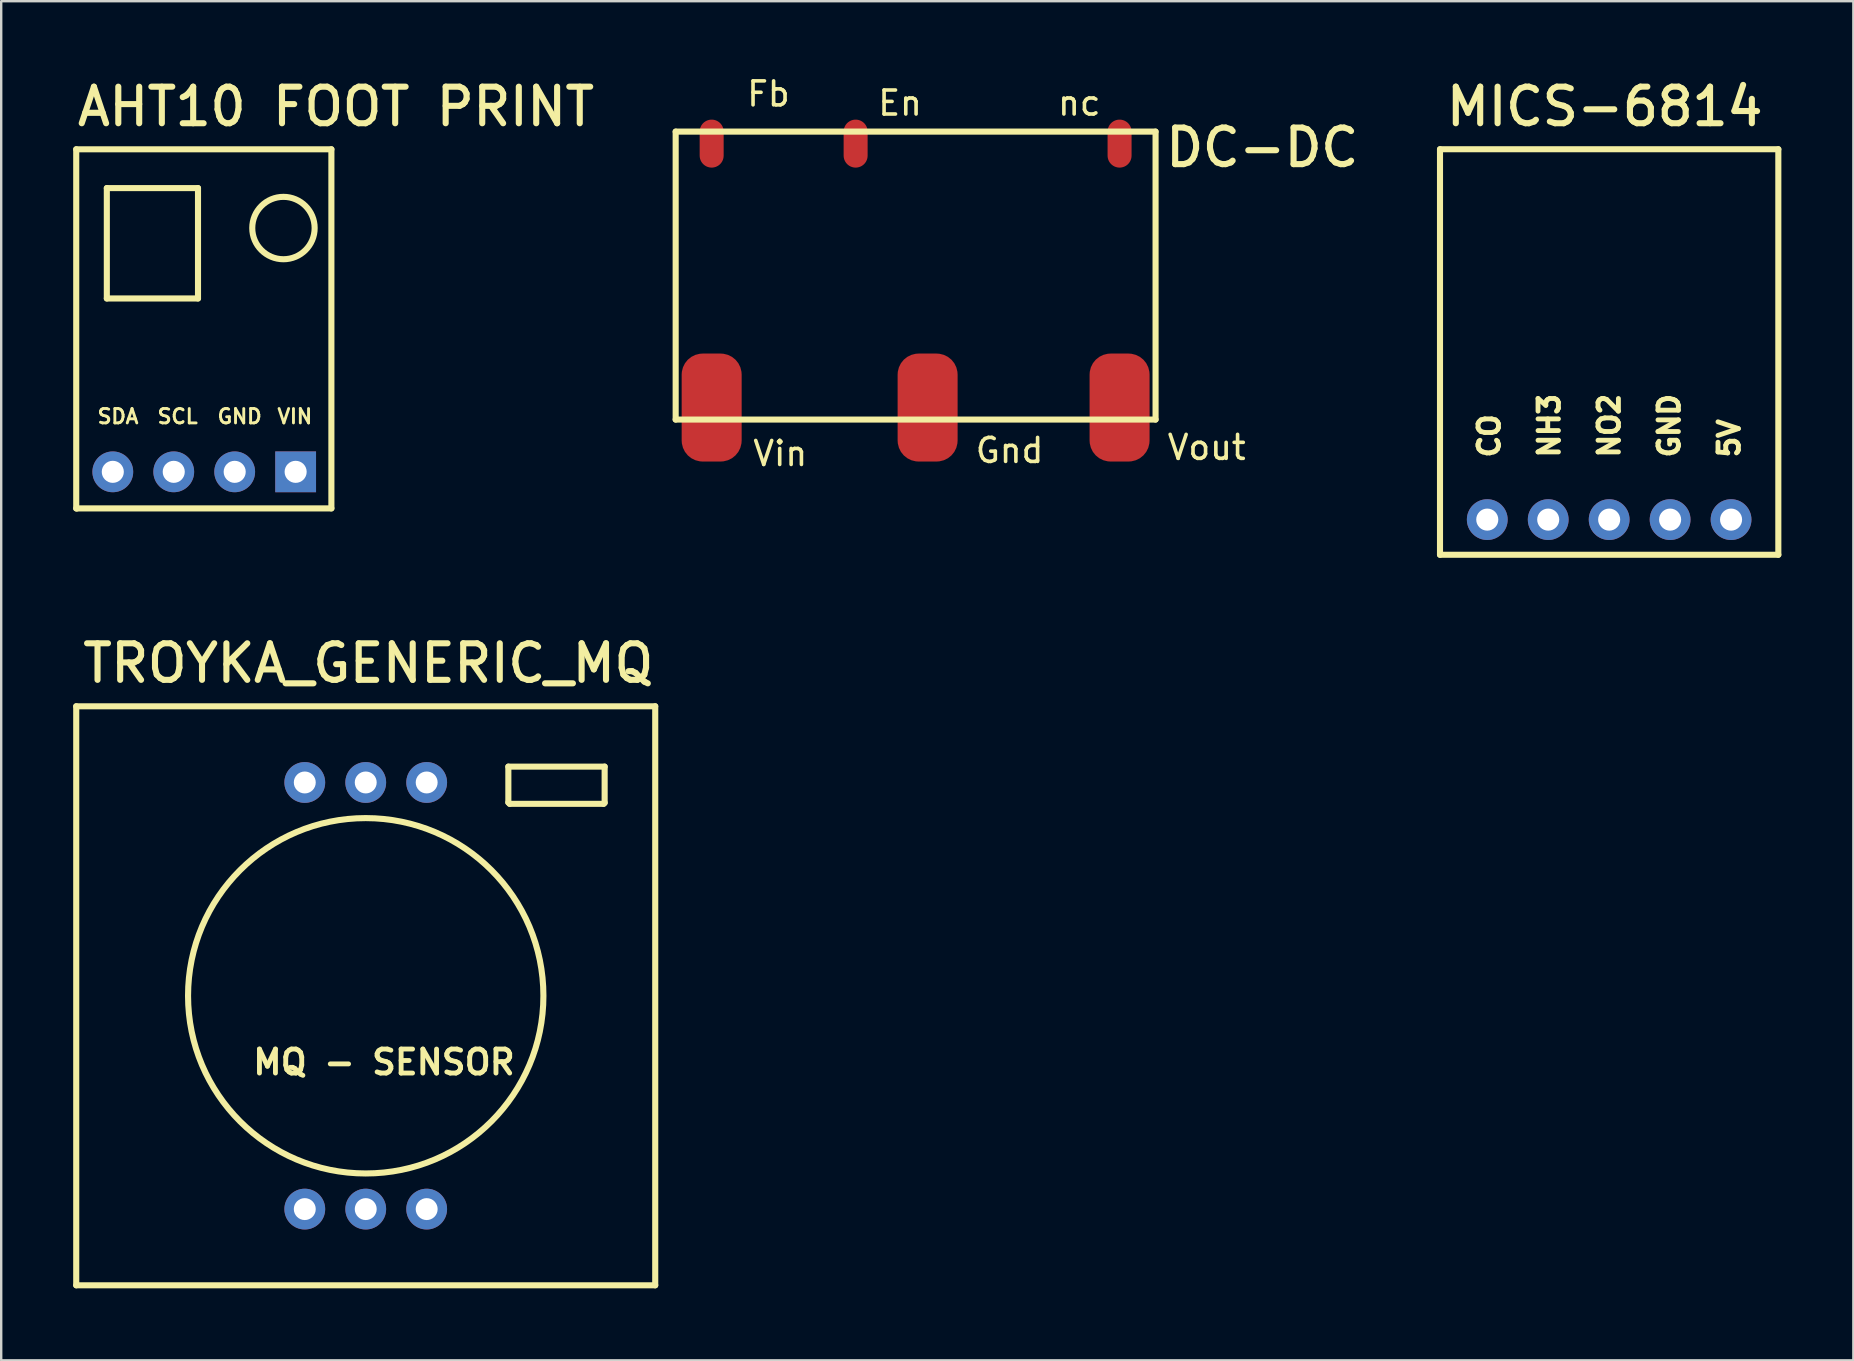
<source format=kicad_pcb>
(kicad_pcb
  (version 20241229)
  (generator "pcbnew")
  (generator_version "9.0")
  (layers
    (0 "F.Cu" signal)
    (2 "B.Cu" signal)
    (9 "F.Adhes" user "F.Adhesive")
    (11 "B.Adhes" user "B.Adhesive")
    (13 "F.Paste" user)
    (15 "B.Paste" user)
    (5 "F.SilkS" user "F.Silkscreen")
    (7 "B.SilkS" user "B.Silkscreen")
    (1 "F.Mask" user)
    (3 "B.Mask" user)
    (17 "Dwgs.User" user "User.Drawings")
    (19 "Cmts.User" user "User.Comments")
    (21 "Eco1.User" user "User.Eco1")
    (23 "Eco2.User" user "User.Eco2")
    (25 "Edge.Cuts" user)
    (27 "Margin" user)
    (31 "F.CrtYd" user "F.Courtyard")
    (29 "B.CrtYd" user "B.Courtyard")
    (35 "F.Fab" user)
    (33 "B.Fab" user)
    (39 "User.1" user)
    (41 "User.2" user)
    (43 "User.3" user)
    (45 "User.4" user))
  (footprint "AHT10 FOOT PRINT"
    (layer "F.Cu")
    (at 5.444 10.655)
    (property "Reference" "AHT10 FOOT PRINT" (at -5.4 -8.369 0) (unlocked yes) (layer "F.SilkS") (effects (font (size 1.524 1.524) (thickness 0.254)) (justify left bottom)))
    (fp_line (start -5.317 -7.483) (end 5.317 -7.483) (stroke (width 0.254) (type solid)) (layer "F.SilkS"))
    (fp_line (start -5.317 7.483) (end -5.317 -7.483) (stroke (width 0.254) (type solid)) (layer "F.SilkS"))
    (fp_line (start -5.317 7.483) (end -5.283 7.483) (stroke (width 0.254) (type solid)) (layer "F.SilkS"))
    (fp_line (start -5.283 7.483) (end 5.317 7.483) (stroke (width 0.254) (type solid)) (layer "F.SilkS"))
    (fp_line (start -4.042 -5.866) (end -0.242 -5.866) (stroke (width 0.254) (type solid)) (layer "F.SilkS"))
    (fp_line (start -4.042 -1.266) (end -4.042 -5.866) (stroke (width 0.254) (type solid)) (layer "F.SilkS"))
    (fp_line (start -4.042 -1.266) (end -0.242 -1.266) (stroke (width 0.254) (type solid)) (layer "F.SilkS"))
    (fp_line (start -0.242 -1.266) (end -0.242 -5.866) (stroke (width 0.254) (type solid)) (layer "F.SilkS"))
    (fp_line (start 5.317 7.483) (end 5.317 -7.483) (stroke (width 0.254) (type solid)) (layer "F.SilkS"))
    (fp_circle (center 3.319 -4.201) (end 3.319 -5.501) (stroke (width 0.254) (type solid)) (fill no) (layer "F.SilkS"))
    (fp_text user "VIN" (at 3 4 0) (unlocked yes) (layer "F.SilkS") (effects (font (size 0.6 0.6) (thickness 0.12)) (justify left bottom)))
    (fp_text user "GND" (at 0.5 4 0) (unlocked yes) (layer "F.SilkS") (effects (font (size 0.6 0.6) (thickness 0.12)) (justify left bottom)))
    (fp_text user "SDA" (at -4.5 4 0) (unlocked yes) (layer "F.SilkS") (effects (font (size 0.6 0.6) (thickness 0.12)) (justify left bottom)))
    (fp_text user "SCL" (at -2 4 0) (unlocked yes) (layer "F.SilkS") (effects (font (size 0.6 0.6) (thickness 0.12)) (justify left bottom)))
    (pad "1" thru_hole circle (at -3.793 5.959) (size 1.7 1.7) (drill 0.92) (layers "*.Cu" "*.Mask"))
    (pad "2" thru_hole circle (at -1.253 5.959) (size 1.7 1.7) (drill 0.92) (layers "*.Cu" "*.Mask"))
    (pad "3" thru_hole circle (at 1.287 5.959) (size 1.7 1.7) (drill 0.92) (layers "*.Cu" "*.Mask"))
    (pad "4" thru_hole rect (at 3.827 5.959) (size 1.7 1.7) (drill 0.92) (layers "*.Cu" "*.Mask")))
  (footprint "TROYKA_GENERIC_MQ"
    (layer "F.Cu")
    (at 12.192 38.45)
    (property "Reference" "TROYKA_GENERIC_MQ" (at -11.925 -12.967 0) (unlocked yes) (layer "F.SilkS") (effects (font (size 1.524 1.524) (thickness 0.254)) (justify left bottom)))
    (fp_line (start -12.065 -12.065) (end 12.065 -12.065) (stroke (width 0.254) (type solid)) (layer "F.SilkS"))
    (fp_line (start -12.065 12.065) (end -12.065 -12.065) (stroke (width 0.254) (type solid)) (layer "F.SilkS"))
    (fp_line (start -12.065 12.065) (end 12.065 12.065) (stroke (width 0.254) (type solid)) (layer "F.SilkS"))
    (fp_line (start 5.944 -9.55) (end 9.957 -9.55) (stroke (width 0.254) (type solid)) (layer "F.SilkS"))
    (fp_line (start 5.944 -8.056) (end 5.944 -9.55) (stroke (width 0.254) (type solid)) (layer "F.SilkS"))
    (fp_line (start 5.944 -8.056) (end 6 -8) (stroke (width 0.254) (type solid)) (layer "F.SilkS"))
    (fp_line (start 6 -8) (end 9.914 -8) (stroke (width 0.254) (type solid)) (layer "F.SilkS"))
    (fp_line (start 9.914 -8) (end 9.957 -8.043) (stroke (width 0.254) (type solid)) (layer "F.SilkS"))
    (fp_line (start 9.957 -8.043) (end 9.957 -9.55) (stroke (width 0.254) (type solid)) (layer "F.SilkS"))
    (fp_line (start 12.065 12.065) (end 12.065 -12.065) (stroke (width 0.254) (type solid)) (layer "F.SilkS"))
    (fp_circle (center 0 0) (end 0 -7.405) (stroke (width 0.254) (type solid)) (fill no) (layer "F.SilkS"))
    (fp_text user "MQ - SENSOR" (at -4.801 3.353 0) (unlocked yes) (layer "F.SilkS") (effects (font (size 1 1) (thickness 0.203)) (justify left bottom)))
    (pad "1" thru_hole circle (at -2.54 8.89) (size 1.7 1.7) (drill 0.914) (layers "*.Cu" "*.Mask"))
    (pad "2" thru_hole circle (at 0 8.89) (size 1.7 1.7) (drill 0.914) (layers "*.Cu" "*.Mask"))
    (pad "3" thru_hole circle (at 2.54 8.89) (size 1.7 1.7) (drill 0.914) (layers "*.Cu" "*.Mask"))
    (pad "4" thru_hole circle (at -2.54 -8.89) (size 1.7 1.7) (drill 0.914) (layers "*.Cu" "*.Mask"))
    (pad "5" thru_hole circle (at 0 -8.89) (size 1.7 1.7) (drill 0.914) (layers "*.Cu" "*.Mask"))
    (pad "6" thru_hole circle (at 2.54 -8.89) (size 1.7 1.7) (drill 0.914) (layers "*.Cu" "*.Mask")))
  (footprint "DC-DC"
    (layer "F.Cu")
    (at 35.109 8.435)
    (property "Reference" "DC-DC" (at 10.287 -4.445 0) (unlocked yes) (layer "F.SilkS") (effects (font (size 1.524 1.524) (thickness 0.254)) (justify left bottom)))
    (fp_line (start -10 -6) (end -10 6) (stroke (width 0.254) (type solid)) (layer "F.SilkS"))
    (fp_line (start -10 -6) (end 10 -6) (stroke (width 0.254) (type solid)) (layer "F.SilkS"))
    (fp_line (start -10 6) (end 10 6) (stroke (width 0.254) (type solid)) (layer "F.SilkS"))
    (fp_line (start 10 -6) (end 10 6) (stroke (width 0.254) (type solid)) (layer "F.SilkS"))
    (fp_line (start -9.5 -5.5) (end -9.5 5.5) (stroke (width 0.254) (type solid)) (layer "User.1"))
    (fp_line (start -9.5 -5.5) (end 9.5 -5.5) (stroke (width 0.254) (type solid)) (layer "User.1"))
    (fp_line (start -9.5 5.5) (end 9.5 5.5) (stroke (width 0.254) (type solid)) (layer "User.1"))
    (fp_line (start 9.5 -5.5) (end 9.5 5.5) (stroke (width 0.254) (type solid)) (layer "User.1"))
    (fp_circle (center -8.5 -5.5) (end -8.312 -5.5) (stroke (width 0.375) (type solid)) (fill no) (layer "User.1"))
    (fp_circle (center -2.5 -5.5) (end -2.312 -5.5) (stroke (width 0.375) (type solid)) (fill no) (layer "User.1"))
    (fp_circle (center 8.5 -5.5) (end 8.688 -5.5) (stroke (width 0.375) (type solid)) (fill no) (layer "User.1"))
    (fp_poly (pts (xy -8.8 -6.8) (xy -8.8 -4.2) (xy -8.2 -4.2) (xy -8.2 -6.8)) (stroke (width 1.4) (type solid)) (fill no) (layer "User.1"))
    (fp_text user "Vin" (at -6.858 8.001 0) (unlocked yes) (layer "F.SilkS") (effects (font (size 1 1) (thickness 0.15)) (justify left bottom)))
    (fp_text user "Gnd" (at 2.413 7.874 0) (unlocked yes) (layer "F.SilkS") (effects (font (size 1 1) (thickness 0.15)) (justify left bottom)))
    (fp_text user "nc" (at 5.842 -6.604 0) (unlocked yes) (layer "F.SilkS") (effects (font (size 1 1) (thickness 0.15)) (justify left bottom)))
    (fp_text user "En" (at -1.651 -6.604 0) (unlocked yes) (layer "F.SilkS") (effects (font (size 1 1) (thickness 0.15)) (justify left bottom)))
    (fp_text user "Fb" (at -7.112 -6.985 0) (unlocked yes) (layer "F.SilkS") (effects (font (size 1 1) (thickness 0.15)) (justify left bottom)))
    (fp_text user "Vout" (at 10.414 7.747 0) (unlocked yes) (layer "F.SilkS") (effects (font (size 1 1) (thickness 0.15)) (justify left bottom)))
    (pad "1" smd roundrect (at -8.5 5.5) (size 2.5 4.5) (layers "F.Cu" "F.Mask" "F.Paste") (roundrect_rratio 0.35))
    (pad "2" smd roundrect (at 0.5 5.5) (size 2.5 4.5) (layers "F.Cu" "F.Mask" "F.Paste") (roundrect_rratio 0.35))
    (pad "3" smd roundrect (at 8.5 5.5) (size 2.5 4.5) (layers "F.Cu" "F.Mask" "F.Paste") (roundrect_rratio 0.35))
    (pad "4" smd oval (at 8.5 -5.5) (size 1 2) (layers "F.Cu" "F.Mask" "F.Paste"))
    (pad "5" smd oval (at -2.5 -5.5) (size 1 2) (layers "F.Cu" "F.Mask" "F.Paste"))
    (pad "6" smd oval (at -8.5 -5.5) (size 1 2) (layers "F.Cu" "F.Mask" "F.Paste")))
  (footprint "MICS-6814"
    (layer "F.Cu")
    (at 64.013 11.62)
    (property "Reference" "MICS-6814" (at -6.921 -9.335 0) (unlocked yes) (layer "F.SilkS") (effects (font (size 1.524 1.524) (thickness 0.254)) (justify left bottom)))
    (fp_line (start -7.05 -8.45) (end 7.05 -8.45) (stroke (width 0.254) (type solid)) (layer "F.SilkS"))
    (fp_line (start -7.05 8.45) (end -7.05 -8.45) (stroke (width 0.254) (type solid)) (layer "F.SilkS"))
    (fp_line (start -7.05 8.45) (end 7.05 8.45) (stroke (width 0.254) (type solid)) (layer "F.SilkS"))
    (fp_line (start 7.05 8.45) (end 7.05 -8.45) (stroke (width 0.254) (type solid)) (layer "F.SilkS"))
    (fp_text user "GND" (at 3 4.5 90) (unlocked yes) (layer "F.SilkS") (effects (font (size 0.85 0.85) (thickness 0.203)) (justify left bottom)))
    (fp_text user "5V" (at 5.5 4.5 90) (unlocked yes) (layer "F.SilkS") (effects (font (size 0.85 0.85) (thickness 0.203)) (justify left bottom)))
    (fp_text user "NO2" (at 0.5 4.5 90) (unlocked yes) (layer "F.SilkS") (effects (font (size 0.85 0.85) (thickness 0.203)) (justify left bottom)))
    (fp_text user "CO" (at -4.5 4.5 90) (unlocked yes) (layer "F.SilkS") (effects (font (size 0.85 0.85) (thickness 0.203)) (justify left bottom)))
    (fp_text user "NH3" (at -2 4.5 90) (unlocked yes) (layer "F.SilkS") (effects (font (size 0.85 0.85) (thickness 0.203)) (justify left bottom)))
    (pad "1" thru_hole circle (at -5.08 6.985) (size 1.7 1.7) (drill 0.92) (layers "*.Cu" "*.Mask"))
    (pad "2" thru_hole circle (at -2.54 6.985) (size 1.7 1.7) (drill 0.92) (layers "*.Cu" "*.Mask"))
    (pad "3" thru_hole circle (at 0 6.985) (size 1.7 1.7) (drill 0.92) (layers "*.Cu" "*.Mask"))
    (pad "4" thru_hole circle (at 2.54 6.985) (size 1.7 1.7) (drill 0.92) (layers "*.Cu" "*.Mask"))
    (pad "5" thru_hole circle (at 5.08 6.985) (size 1.7 1.7) (drill 0.92) (layers "*.Cu" "*.Mask")))
  (gr_rect
    (start -3 -3)
    (end 74.19 53.642)
    (stroke (width 0.1) (type default))
    (fill no)
    (layer "Edge.Cuts")))
</source>
